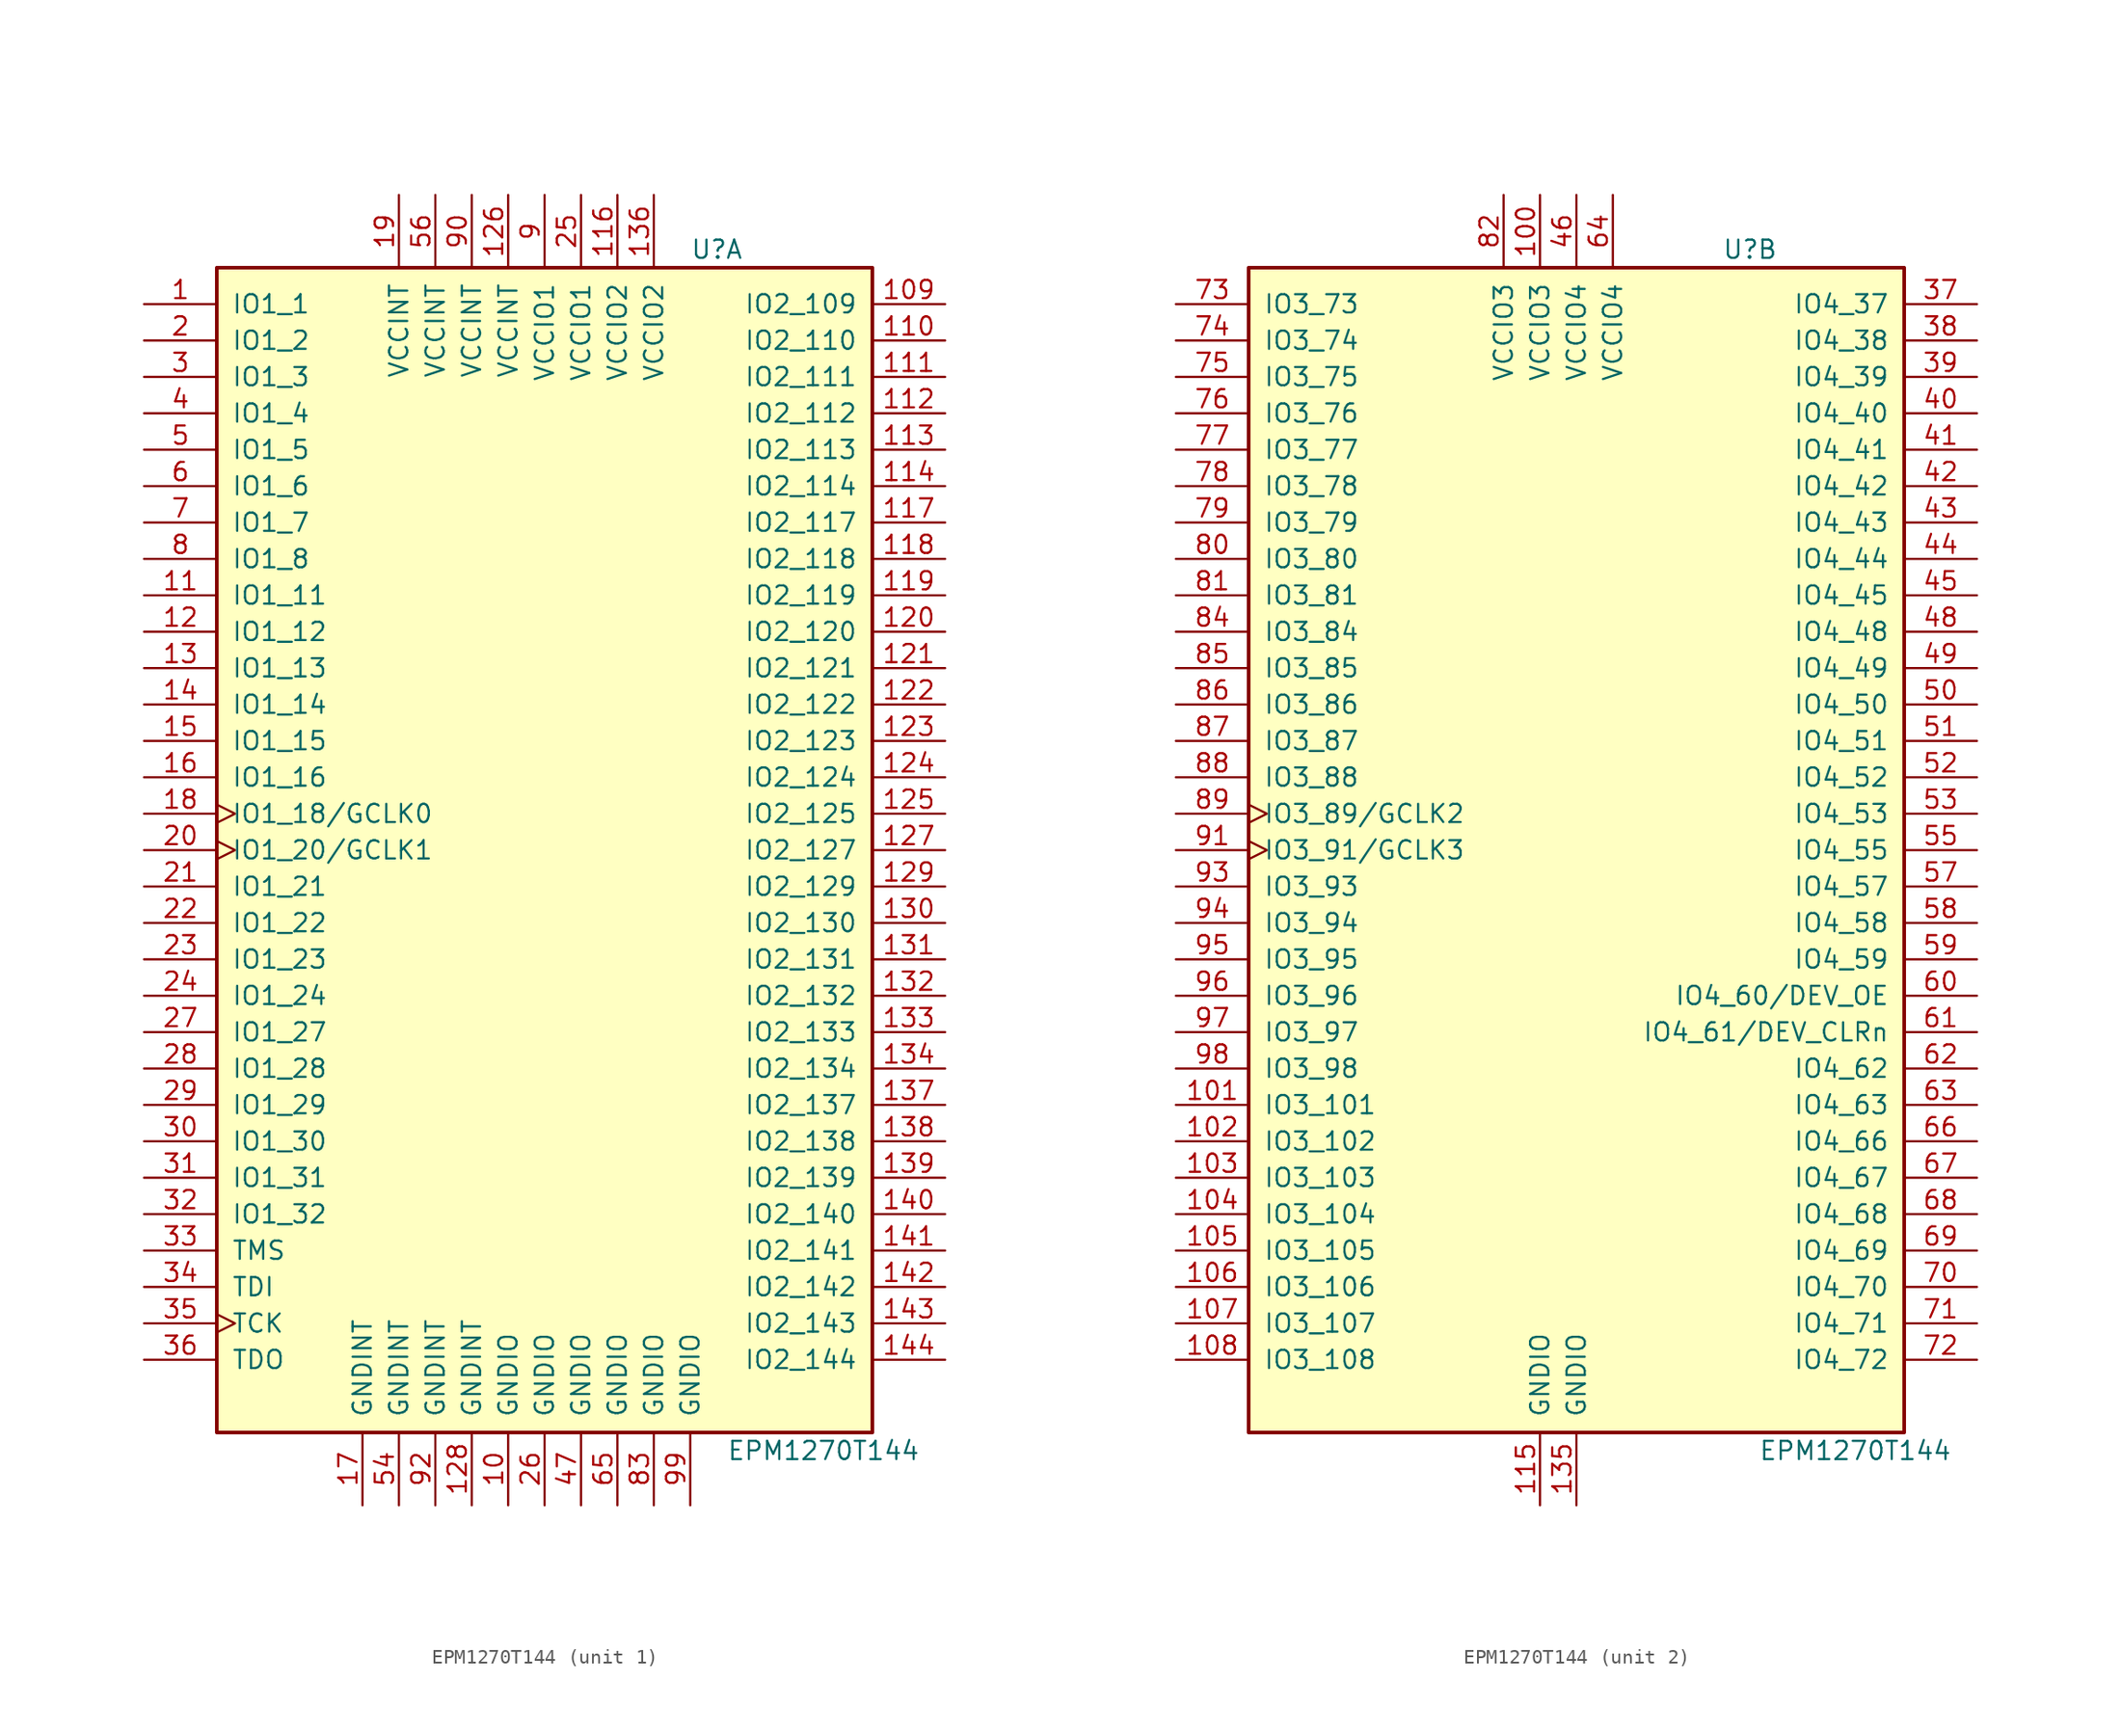
<source format=kicad_sym>
(kicad_symbol_lib
  (version 20201005)
  (generator kicad_symbol_editor)
  (symbol "CPLD_Altera:EPM1270T144"
    (pin_names
      (offset 1.016))
    (property "Reference" "U"
      (at 10.16 41.91 0)
      (effects (font (size 1.27 1.27)) (justify left)))
    (property "Value" "EPM1270T144"
      (at 12.7 -41.91 0)
      (effects (font (size 1.27 1.27)) (justify left)))
    (property "ki_locked" ""
      (at 0 0 0)
      (effects (font (size 1.27 1.27))))
    (symbol "EPM1270T144_1_1"
      (rectangle (start -22.86 40.64) (end 22.86 -40.64) (stroke (width 0.254)) (fill (type background)))
      (pin bidirectional line (at -27.94 38.1 0) (length 5.08) (name "IO1_1" (effects (font (size 1.27 1.27)))) (number "1" (effects (font (size 1.27 1.27)))))
      (pin bidirectional line (at -27.94 35.56 0) (length 5.08) (name "IO1_2" (effects (font (size 1.27 1.27)))) (number "2" (effects (font (size 1.27 1.27)))))
      (pin bidirectional line (at -27.94 33.02 0) (length 5.08) (name "IO1_3" (effects (font (size 1.27 1.27)))) (number "3" (effects (font (size 1.27 1.27)))))
      (pin bidirectional line (at -27.94 30.48 0) (length 5.08) (name "IO1_4" (effects (font (size 1.27 1.27)))) (number "4" (effects (font (size 1.27 1.27)))))
      (pin bidirectional line (at -27.94 27.94 0) (length 5.08) (name "IO1_5" (effects (font (size 1.27 1.27)))) (number "5" (effects (font (size 1.27 1.27)))))
      (pin bidirectional line (at -27.94 25.4 0) (length 5.08) (name "IO1_6" (effects (font (size 1.27 1.27)))) (number "6" (effects (font (size 1.27 1.27)))))
      (pin bidirectional line (at -27.94 22.86 0) (length 5.08) (name "IO1_7" (effects (font (size 1.27 1.27)))) (number "7" (effects (font (size 1.27 1.27)))))
      (pin bidirectional line (at -27.94 20.32 0) (length 5.08) (name "IO1_8" (effects (font (size 1.27 1.27)))) (number "8" (effects (font (size 1.27 1.27)))))
      (pin bidirectional line (at -27.94 17.78 0) (length 5.08) (name "IO1_11" (effects (font (size 1.27 1.27)))) (number "11" (effects (font (size 1.27 1.27)))))
      (pin bidirectional line (at -27.94 15.24 0) (length 5.08) (name "IO1_12" (effects (font (size 1.27 1.27)))) (number "12" (effects (font (size 1.27 1.27)))))
      (pin bidirectional line (at -27.94 12.7 0) (length 5.08) (name "IO1_13" (effects (font (size 1.27 1.27)))) (number "13" (effects (font (size 1.27 1.27)))))
      (pin bidirectional line (at -27.94 10.16 0) (length 5.08) (name "IO1_14" (effects (font (size 1.27 1.27)))) (number "14" (effects (font (size 1.27 1.27)))))
      (pin bidirectional line (at -27.94 7.62 0) (length 5.08) (name "IO1_15" (effects (font (size 1.27 1.27)))) (number "15" (effects (font (size 1.27 1.27)))))
      (pin bidirectional line (at -27.94 5.08 0) (length 5.08) (name "IO1_16" (effects (font (size 1.27 1.27)))) (number "16" (effects (font (size 1.27 1.27)))))
      (pin bidirectional clock (at -27.94 2.54 0) (length 5.08) (name "IO1_18/GCLK0" (effects (font (size 1.27 1.27)))) (number "18" (effects (font (size 1.27 1.27)))))
      (pin bidirectional clock (at -27.94 0 0) (length 5.08) (name "IO1_20/GCLK1" (effects (font (size 1.27 1.27)))) (number "20" (effects (font (size 1.27 1.27)))))
      (pin bidirectional line (at -27.94 -2.54 0) (length 5.08) (name "IO1_21" (effects (font (size 1.27 1.27)))) (number "21" (effects (font (size 1.27 1.27)))))
      (pin bidirectional line (at -27.94 -5.08 0) (length 5.08) (name "IO1_22" (effects (font (size 1.27 1.27)))) (number "22" (effects (font (size 1.27 1.27)))))
      (pin bidirectional line (at -27.94 -7.62 0) (length 5.08) (name "IO1_23" (effects (font (size 1.27 1.27)))) (number "23" (effects (font (size 1.27 1.27)))))
      (pin bidirectional line (at -27.94 -10.16 0) (length 5.08) (name "IO1_24" (effects (font (size 1.27 1.27)))) (number "24" (effects (font (size 1.27 1.27)))))
      (pin bidirectional line (at -27.94 -12.7 0) (length 5.08) (name "IO1_27" (effects (font (size 1.27 1.27)))) (number "27" (effects (font (size 1.27 1.27)))))
      (pin bidirectional line (at -27.94 -15.24 0) (length 5.08) (name "IO1_28" (effects (font (size 1.27 1.27)))) (number "28" (effects (font (size 1.27 1.27)))))
      (pin bidirectional line (at -27.94 -17.78 0) (length 5.08) (name "IO1_29" (effects (font (size 1.27 1.27)))) (number "29" (effects (font (size 1.27 1.27)))))
      (pin bidirectional line (at -27.94 -20.32 0) (length 5.08) (name "IO1_30" (effects (font (size 1.27 1.27)))) (number "30" (effects (font (size 1.27 1.27)))))
      (pin bidirectional line (at -27.94 -22.86 0) (length 5.08) (name "IO1_31" (effects (font (size 1.27 1.27)))) (number "31" (effects (font (size 1.27 1.27)))))
      (pin bidirectional line (at -27.94 -25.4 0) (length 5.08) (name "IO1_32" (effects (font (size 1.27 1.27)))) (number "32" (effects (font (size 1.27 1.27)))))
      (pin bidirectional line (at 27.94 38.1 180) (length 5.08) (name "IO2_109" (effects (font (size 1.27 1.27)))) (number "109" (effects (font (size 1.27 1.27)))))
      (pin bidirectional line (at 27.94 35.56 180) (length 5.08) (name "IO2_110" (effects (font (size 1.27 1.27)))) (number "110" (effects (font (size 1.27 1.27)))))
      (pin bidirectional line (at 27.94 33.02 180) (length 5.08) (name "IO2_111" (effects (font (size 1.27 1.27)))) (number "111" (effects (font (size 1.27 1.27)))))
      (pin bidirectional line (at 27.94 30.48 180) (length 5.08) (name "IO2_112" (effects (font (size 1.27 1.27)))) (number "112" (effects (font (size 1.27 1.27)))))
      (pin bidirectional line (at 27.94 27.94 180) (length 5.08) (name "IO2_113" (effects (font (size 1.27 1.27)))) (number "113" (effects (font (size 1.27 1.27)))))
      (pin bidirectional line (at 27.94 25.4 180) (length 5.08) (name "IO2_114" (effects (font (size 1.27 1.27)))) (number "114" (effects (font (size 1.27 1.27)))))
      (pin bidirectional line (at 27.94 22.86 180) (length 5.08) (name "IO2_117" (effects (font (size 1.27 1.27)))) (number "117" (effects (font (size 1.27 1.27)))))
      (pin bidirectional line (at 27.94 20.32 180) (length 5.08) (name "IO2_118" (effects (font (size 1.27 1.27)))) (number "118" (effects (font (size 1.27 1.27)))))
      (pin bidirectional line (at 27.94 17.78 180) (length 5.08) (name "IO2_119" (effects (font (size 1.27 1.27)))) (number "119" (effects (font (size 1.27 1.27)))))
      (pin bidirectional line (at 27.94 15.24 180) (length 5.08) (name "IO2_120" (effects (font (size 1.27 1.27)))) (number "120" (effects (font (size 1.27 1.27)))))
      (pin bidirectional line (at 27.94 12.7 180) (length 5.08) (name "IO2_121" (effects (font (size 1.27 1.27)))) (number "121" (effects (font (size 1.27 1.27)))))
      (pin bidirectional line (at 27.94 10.16 180) (length 5.08) (name "IO2_122" (effects (font (size 1.27 1.27)))) (number "122" (effects (font (size 1.27 1.27)))))
      (pin bidirectional line (at 27.94 7.62 180) (length 5.08) (name "IO2_123" (effects (font (size 1.27 1.27)))) (number "123" (effects (font (size 1.27 1.27)))))
      (pin bidirectional line (at 27.94 5.08 180) (length 5.08) (name "IO2_124" (effects (font (size 1.27 1.27)))) (number "124" (effects (font (size 1.27 1.27)))))
      (pin bidirectional line (at 27.94 2.54 180) (length 5.08) (name "IO2_125" (effects (font (size 1.27 1.27)))) (number "125" (effects (font (size 1.27 1.27)))))
      (pin bidirectional line (at 27.94 0 180) (length 5.08) (name "IO2_127" (effects (font (size 1.27 1.27)))) (number "127" (effects (font (size 1.27 1.27)))))
      (pin bidirectional line (at 27.94 -2.54 180) (length 5.08) (name "IO2_129" (effects (font (size 1.27 1.27)))) (number "129" (effects (font (size 1.27 1.27)))))
      (pin bidirectional line (at 27.94 -5.08 180) (length 5.08) (name "IO2_130" (effects (font (size 1.27 1.27)))) (number "130" (effects (font (size 1.27 1.27)))))
      (pin bidirectional line (at 27.94 -7.62 180) (length 5.08) (name "IO2_131" (effects (font (size 1.27 1.27)))) (number "131" (effects (font (size 1.27 1.27)))))
      (pin bidirectional line (at 27.94 -10.16 180) (length 5.08) (name "IO2_132" (effects (font (size 1.27 1.27)))) (number "132" (effects (font (size 1.27 1.27)))))
      (pin bidirectional line (at 27.94 -12.7 180) (length 5.08) (name "IO2_133" (effects (font (size 1.27 1.27)))) (number "133" (effects (font (size 1.27 1.27)))))
      (pin bidirectional line (at 27.94 -15.24 180) (length 5.08) (name "IO2_134" (effects (font (size 1.27 1.27)))) (number "134" (effects (font (size 1.27 1.27)))))
      (pin bidirectional line (at 27.94 -17.78 180) (length 5.08) (name "IO2_137" (effects (font (size 1.27 1.27)))) (number "137" (effects (font (size 1.27 1.27)))))
      (pin bidirectional line (at 27.94 -20.32 180) (length 5.08) (name "IO2_138" (effects (font (size 1.27 1.27)))) (number "138" (effects (font (size 1.27 1.27)))))
      (pin bidirectional line (at 27.94 -22.86 180) (length 5.08) (name "IO2_139" (effects (font (size 1.27 1.27)))) (number "139" (effects (font (size 1.27 1.27)))))
      (pin bidirectional line (at 27.94 -25.4 180) (length 5.08) (name "IO2_140" (effects (font (size 1.27 1.27)))) (number "140" (effects (font (size 1.27 1.27)))))
      (pin bidirectional line (at 27.94 -27.94 180) (length 5.08) (name "IO2_141" (effects (font (size 1.27 1.27)))) (number "141" (effects (font (size 1.27 1.27)))))
      (pin bidirectional line (at 27.94 -30.48 180) (length 5.08) (name "IO2_142" (effects (font (size 1.27 1.27)))) (number "142" (effects (font (size 1.27 1.27)))))
      (pin bidirectional line (at 27.94 -33.02 180) (length 5.08) (name "IO2_143" (effects (font (size 1.27 1.27)))) (number "143" (effects (font (size 1.27 1.27)))))
      (pin bidirectional line (at 27.94 -35.56 180) (length 5.08) (name "IO2_144" (effects (font (size 1.27 1.27)))) (number "144" (effects (font (size 1.27 1.27)))))
      (pin input line (at -27.94 -27.94 0) (length 5.08) (name "TMS" (effects (font (size 1.27 1.27)))) (number "33" (effects (font (size 1.27 1.27)))))
      (pin input line (at -27.94 -30.48 0) (length 5.08) (name "TDI" (effects (font (size 1.27 1.27)))) (number "34" (effects (font (size 1.27 1.27)))))
      (pin input clock (at -27.94 -33.02 0) (length 5.08) (name "TCK" (effects (font (size 1.27 1.27)))) (number "35" (effects (font (size 1.27 1.27)))))
      (pin output line (at -27.94 -35.56 0) (length 5.08) (name "TDO" (effects (font (size 1.27 1.27)))) (number "36" (effects (font (size 1.27 1.27)))))
      (pin power_in line (at -12.7 -45.72 90) (length 5.08) (name "GNDINT" (effects (font (size 1.27 1.27)))) (number "17" (effects (font (size 1.27 1.27)))))
      (pin power_in line (at -10.16 -45.72 90) (length 5.08) (name "GNDINT" (effects (font (size 1.27 1.27)))) (number "54" (effects (font (size 1.27 1.27)))))
      (pin power_in line (at -7.62 -45.72 90) (length 5.08) (name "GNDINT" (effects (font (size 1.27 1.27)))) (number "92" (effects (font (size 1.27 1.27)))))
      (pin power_in line (at -5.08 -45.72 90) (length 5.08) (name "GNDINT" (effects (font (size 1.27 1.27)))) (number "128" (effects (font (size 1.27 1.27)))))
      (pin power_in line (at -2.54 -45.72 90) (length 5.08) (name "GNDIO" (effects (font (size 1.27 1.27)))) (number "10" (effects (font (size 1.27 1.27)))))
      (pin power_in line (at 0 -45.72 90) (length 5.08) (name "GNDIO" (effects (font (size 1.27 1.27)))) (number "26" (effects (font (size 1.27 1.27)))))
      (pin power_in line (at 2.54 -45.72 90) (length 5.08) (name "GNDIO" (effects (font (size 1.27 1.27)))) (number "47" (effects (font (size 1.27 1.27)))))
      (pin power_in line (at 5.08 -45.72 90) (length 5.08) (name "GNDIO" (effects (font (size 1.27 1.27)))) (number "65" (effects (font (size 1.27 1.27)))))
      (pin power_in line (at 7.62 -45.72 90) (length 5.08) (name "GNDIO" (effects (font (size 1.27 1.27)))) (number "83" (effects (font (size 1.27 1.27)))))
      (pin power_in line (at 10.16 -45.72 90) (length 5.08) (name "GNDIO" (effects (font (size 1.27 1.27)))) (number "99" (effects (font (size 1.27 1.27)))))
      (pin power_in line (at -10.16 45.72 270) (length 5.08) (name "VCCINT" (effects (font (size 1.27 1.27)))) (number "19" (effects (font (size 1.27 1.27)))))
      (pin power_in line (at -7.62 45.72 270) (length 5.08) (name "VCCINT" (effects (font (size 1.27 1.27)))) (number "56" (effects (font (size 1.27 1.27)))))
      (pin power_in line (at -5.08 45.72 270) (length 5.08) (name "VCCINT" (effects (font (size 1.27 1.27)))) (number "90" (effects (font (size 1.27 1.27)))))
      (pin power_in line (at -2.54 45.72 270) (length 5.08) (name "VCCINT" (effects (font (size 1.27 1.27)))) (number "126" (effects (font (size 1.27 1.27)))))
      (pin power_in line (at 0 45.72 270) (length 5.08) (name "VCCIO1" (effects (font (size 1.27 1.27)))) (number "9" (effects (font (size 1.27 1.27)))))
      (pin power_in line (at 2.54 45.72 270) (length 5.08) (name "VCCIO1" (effects (font (size 1.27 1.27)))) (number "25" (effects (font (size 1.27 1.27)))))
      (pin power_in line (at 5.08 45.72 270) (length 5.08) (name "VCCIO2" (effects (font (size 1.27 1.27)))) (number "116" (effects (font (size 1.27 1.27)))))
      (pin power_in line (at 7.62 45.72 270) (length 5.08) (name "VCCIO2" (effects (font (size 1.27 1.27)))) (number "136" (effects (font (size 1.27 1.27))))))
    (symbol "EPM1270T144_2_1"
      (rectangle (start -22.86 40.64) (end 22.86 -40.64) (stroke (width 0.254)) (fill (type background)))
      (pin bidirectional line (at 27.94 38.1 180) (length 5.08) (name "IO4_37" (effects (font (size 1.27 1.27)))) (number "37" (effects (font (size 1.27 1.27)))))
      (pin bidirectional line (at 27.94 35.56 180) (length 5.08) (name "IO4_38" (effects (font (size 1.27 1.27)))) (number "38" (effects (font (size 1.27 1.27)))))
      (pin bidirectional line (at 27.94 33.02 180) (length 5.08) (name "IO4_39" (effects (font (size 1.27 1.27)))) (number "39" (effects (font (size 1.27 1.27)))))
      (pin bidirectional line (at 27.94 30.48 180) (length 5.08) (name "IO4_40" (effects (font (size 1.27 1.27)))) (number "40" (effects (font (size 1.27 1.27)))))
      (pin bidirectional line (at 27.94 27.94 180) (length 5.08) (name "IO4_41" (effects (font (size 1.27 1.27)))) (number "41" (effects (font (size 1.27 1.27)))))
      (pin bidirectional line (at 27.94 25.4 180) (length 5.08) (name "IO4_42" (effects (font (size 1.27 1.27)))) (number "42" (effects (font (size 1.27 1.27)))))
      (pin bidirectional line (at 27.94 22.86 180) (length 5.08) (name "IO4_43" (effects (font (size 1.27 1.27)))) (number "43" (effects (font (size 1.27 1.27)))))
      (pin bidirectional line (at 27.94 20.32 180) (length 5.08) (name "IO4_44" (effects (font (size 1.27 1.27)))) (number "44" (effects (font (size 1.27 1.27)))))
      (pin bidirectional line (at 27.94 17.78 180) (length 5.08) (name "IO4_45" (effects (font (size 1.27 1.27)))) (number "45" (effects (font (size 1.27 1.27)))))
      (pin bidirectional line (at 27.94 15.24 180) (length 5.08) (name "IO4_48" (effects (font (size 1.27 1.27)))) (number "48" (effects (font (size 1.27 1.27)))))
      (pin bidirectional line (at 27.94 12.7 180) (length 5.08) (name "IO4_49" (effects (font (size 1.27 1.27)))) (number "49" (effects (font (size 1.27 1.27)))))
      (pin bidirectional line (at 27.94 10.16 180) (length 5.08) (name "IO4_50" (effects (font (size 1.27 1.27)))) (number "50" (effects (font (size 1.27 1.27)))))
      (pin bidirectional line (at 27.94 7.62 180) (length 5.08) (name "IO4_51" (effects (font (size 1.27 1.27)))) (number "51" (effects (font (size 1.27 1.27)))))
      (pin bidirectional line (at 27.94 5.08 180) (length 5.08) (name "IO4_52" (effects (font (size 1.27 1.27)))) (number "52" (effects (font (size 1.27 1.27)))))
      (pin bidirectional line (at 27.94 2.54 180) (length 5.08) (name "IO4_53" (effects (font (size 1.27 1.27)))) (number "53" (effects (font (size 1.27 1.27)))))
      (pin bidirectional line (at 27.94 0 180) (length 5.08) (name "IO4_55" (effects (font (size 1.27 1.27)))) (number "55" (effects (font (size 1.27 1.27)))))
      (pin bidirectional line (at 27.94 -2.54 180) (length 5.08) (name "IO4_57" (effects (font (size 1.27 1.27)))) (number "57" (effects (font (size 1.27 1.27)))))
      (pin bidirectional line (at 27.94 -5.08 180) (length 5.08) (name "IO4_58" (effects (font (size 1.27 1.27)))) (number "58" (effects (font (size 1.27 1.27)))))
      (pin bidirectional line (at 27.94 -7.62 180) (length 5.08) (name "IO4_59" (effects (font (size 1.27 1.27)))) (number "59" (effects (font (size 1.27 1.27)))))
      (pin bidirectional line (at 27.94 -10.16 180) (length 5.08) (name "IO4_60/DEV_OE" (effects (font (size 1.27 1.27)))) (number "60" (effects (font (size 1.27 1.27)))))
      (pin bidirectional line (at 27.94 -12.7 180) (length 5.08) (name "IO4_61/DEV_CLRn" (effects (font (size 1.27 1.27)))) (number "61" (effects (font (size 1.27 1.27)))))
      (pin bidirectional line (at 27.94 -15.24 180) (length 5.08) (name "IO4_62" (effects (font (size 1.27 1.27)))) (number "62" (effects (font (size 1.27 1.27)))))
      (pin bidirectional line (at 27.94 -17.78 180) (length 5.08) (name "IO4_63" (effects (font (size 1.27 1.27)))) (number "63" (effects (font (size 1.27 1.27)))))
      (pin bidirectional line (at 27.94 -20.32 180) (length 5.08) (name "IO4_66" (effects (font (size 1.27 1.27)))) (number "66" (effects (font (size 1.27 1.27)))))
      (pin bidirectional line (at 27.94 -22.86 180) (length 5.08) (name "IO4_67" (effects (font (size 1.27 1.27)))) (number "67" (effects (font (size 1.27 1.27)))))
      (pin bidirectional line (at 27.94 -25.4 180) (length 5.08) (name "IO4_68" (effects (font (size 1.27 1.27)))) (number "68" (effects (font (size 1.27 1.27)))))
      (pin bidirectional line (at 27.94 -27.94 180) (length 5.08) (name "IO4_69" (effects (font (size 1.27 1.27)))) (number "69" (effects (font (size 1.27 1.27)))))
      (pin bidirectional line (at 27.94 -30.48 180) (length 5.08) (name "IO4_70" (effects (font (size 1.27 1.27)))) (number "70" (effects (font (size 1.27 1.27)))))
      (pin bidirectional line (at 27.94 -33.02 180) (length 5.08) (name "IO4_71" (effects (font (size 1.27 1.27)))) (number "71" (effects (font (size 1.27 1.27)))))
      (pin bidirectional line (at 27.94 -35.56 180) (length 5.08) (name "IO4_72" (effects (font (size 1.27 1.27)))) (number "72" (effects (font (size 1.27 1.27)))))
      (pin bidirectional line (at -27.94 38.1 0) (length 5.08) (name "IO3_73" (effects (font (size 1.27 1.27)))) (number "73" (effects (font (size 1.27 1.27)))))
      (pin bidirectional line (at -27.94 35.56 0) (length 5.08) (name "IO3_74" (effects (font (size 1.27 1.27)))) (number "74" (effects (font (size 1.27 1.27)))))
      (pin bidirectional line (at -27.94 33.02 0) (length 5.08) (name "IO3_75" (effects (font (size 1.27 1.27)))) (number "75" (effects (font (size 1.27 1.27)))))
      (pin bidirectional line (at -27.94 30.48 0) (length 5.08) (name "IO3_76" (effects (font (size 1.27 1.27)))) (number "76" (effects (font (size 1.27 1.27)))))
      (pin bidirectional line (at -27.94 27.94 0) (length 5.08) (name "IO3_77" (effects (font (size 1.27 1.27)))) (number "77" (effects (font (size 1.27 1.27)))))
      (pin bidirectional line (at -27.94 25.4 0) (length 5.08) (name "IO3_78" (effects (font (size 1.27 1.27)))) (number "78" (effects (font (size 1.27 1.27)))))
      (pin bidirectional line (at -27.94 22.86 0) (length 5.08) (name "IO3_79" (effects (font (size 1.27 1.27)))) (number "79" (effects (font (size 1.27 1.27)))))
      (pin bidirectional line (at -27.94 20.32 0) (length 5.08) (name "IO3_80" (effects (font (size 1.27 1.27)))) (number "80" (effects (font (size 1.27 1.27)))))
      (pin bidirectional line (at -27.94 17.78 0) (length 5.08) (name "IO3_81" (effects (font (size 1.27 1.27)))) (number "81" (effects (font (size 1.27 1.27)))))
      (pin bidirectional line (at -27.94 15.24 0) (length 5.08) (name "IO3_84" (effects (font (size 1.27 1.27)))) (number "84" (effects (font (size 1.27 1.27)))))
      (pin bidirectional line (at -27.94 12.7 0) (length 5.08) (name "IO3_85" (effects (font (size 1.27 1.27)))) (number "85" (effects (font (size 1.27 1.27)))))
      (pin bidirectional line (at -27.94 10.16 0) (length 5.08) (name "IO3_86" (effects (font (size 1.27 1.27)))) (number "86" (effects (font (size 1.27 1.27)))))
      (pin bidirectional line (at -27.94 7.62 0) (length 5.08) (name "IO3_87" (effects (font (size 1.27 1.27)))) (number "87" (effects (font (size 1.27 1.27)))))
      (pin bidirectional line (at -27.94 5.08 0) (length 5.08) (name "IO3_88" (effects (font (size 1.27 1.27)))) (number "88" (effects (font (size 1.27 1.27)))))
      (pin bidirectional clock (at -27.94 2.54 0) (length 5.08) (name "IO3_89/GCLK2" (effects (font (size 1.27 1.27)))) (number "89" (effects (font (size 1.27 1.27)))))
      (pin bidirectional clock (at -27.94 0 0) (length 5.08) (name "IO3_91/GCLK3" (effects (font (size 1.27 1.27)))) (number "91" (effects (font (size 1.27 1.27)))))
      (pin bidirectional line (at -27.94 -2.54 0) (length 5.08) (name "IO3_93" (effects (font (size 1.27 1.27)))) (number "93" (effects (font (size 1.27 1.27)))))
      (pin bidirectional line (at -27.94 -5.08 0) (length 5.08) (name "IO3_94" (effects (font (size 1.27 1.27)))) (number "94" (effects (font (size 1.27 1.27)))))
      (pin bidirectional line (at -27.94 -7.62 0) (length 5.08) (name "IO3_95" (effects (font (size 1.27 1.27)))) (number "95" (effects (font (size 1.27 1.27)))))
      (pin bidirectional line (at -27.94 -10.16 0) (length 5.08) (name "IO3_96" (effects (font (size 1.27 1.27)))) (number "96" (effects (font (size 1.27 1.27)))))
      (pin bidirectional line (at -27.94 -12.7 0) (length 5.08) (name "IO3_97" (effects (font (size 1.27 1.27)))) (number "97" (effects (font (size 1.27 1.27)))))
      (pin bidirectional line (at -27.94 -15.24 0) (length 5.08) (name "IO3_98" (effects (font (size 1.27 1.27)))) (number "98" (effects (font (size 1.27 1.27)))))
      (pin bidirectional line (at -27.94 -17.78 0) (length 5.08) (name "IO3_101" (effects (font (size 1.27 1.27)))) (number "101" (effects (font (size 1.27 1.27)))))
      (pin bidirectional line (at -27.94 -20.32 0) (length 5.08) (name "IO3_102" (effects (font (size 1.27 1.27)))) (number "102" (effects (font (size 1.27 1.27)))))
      (pin bidirectional line (at -27.94 -22.86 0) (length 5.08) (name "IO3_103" (effects (font (size 1.27 1.27)))) (number "103" (effects (font (size 1.27 1.27)))))
      (pin bidirectional line (at -27.94 -25.4 0) (length 5.08) (name "IO3_104" (effects (font (size 1.27 1.27)))) (number "104" (effects (font (size 1.27 1.27)))))
      (pin bidirectional line (at -27.94 -27.94 0) (length 5.08) (name "IO3_105" (effects (font (size 1.27 1.27)))) (number "105" (effects (font (size 1.27 1.27)))))
      (pin bidirectional line (at -27.94 -30.48 0) (length 5.08) (name "IO3_106" (effects (font (size 1.27 1.27)))) (number "106" (effects (font (size 1.27 1.27)))))
      (pin bidirectional line (at -27.94 -33.02 0) (length 5.08) (name "IO3_107" (effects (font (size 1.27 1.27)))) (number "107" (effects (font (size 1.27 1.27)))))
      (pin bidirectional line (at -27.94 -35.56 0) (length 5.08) (name "IO3_108" (effects (font (size 1.27 1.27)))) (number "108" (effects (font (size 1.27 1.27)))))
      (pin power_in line (at -2.54 -45.72 90) (length 5.08) (name "GNDIO" (effects (font (size 1.27 1.27)))) (number "115" (effects (font (size 1.27 1.27)))))
      (pin power_in line (at 0 -45.72 90) (length 5.08) (name "GNDIO" (effects (font (size 1.27 1.27)))) (number "135" (effects (font (size 1.27 1.27)))))
      (pin power_in line (at -5.08 45.72 270) (length 5.08) (name "VCCIO3" (effects (font (size 1.27 1.27)))) (number "82" (effects (font (size 1.27 1.27)))))
      (pin power_in line (at -2.54 45.72 270) (length 5.08) (name "VCCIO3" (effects (font (size 1.27 1.27)))) (number "100" (effects (font (size 1.27 1.27)))))
      (pin power_in line (at 0 45.72 270) (length 5.08) (name "VCCIO4" (effects (font (size 1.27 1.27)))) (number "46" (effects (font (size 1.27 1.27)))))
      (pin power_in line (at 2.54 45.72 270) (length 5.08) (name "VCCIO4" (effects (font (size 1.27 1.27)))) (number "64" (effects (font (size 1.27 1.27))))))))
</source>
